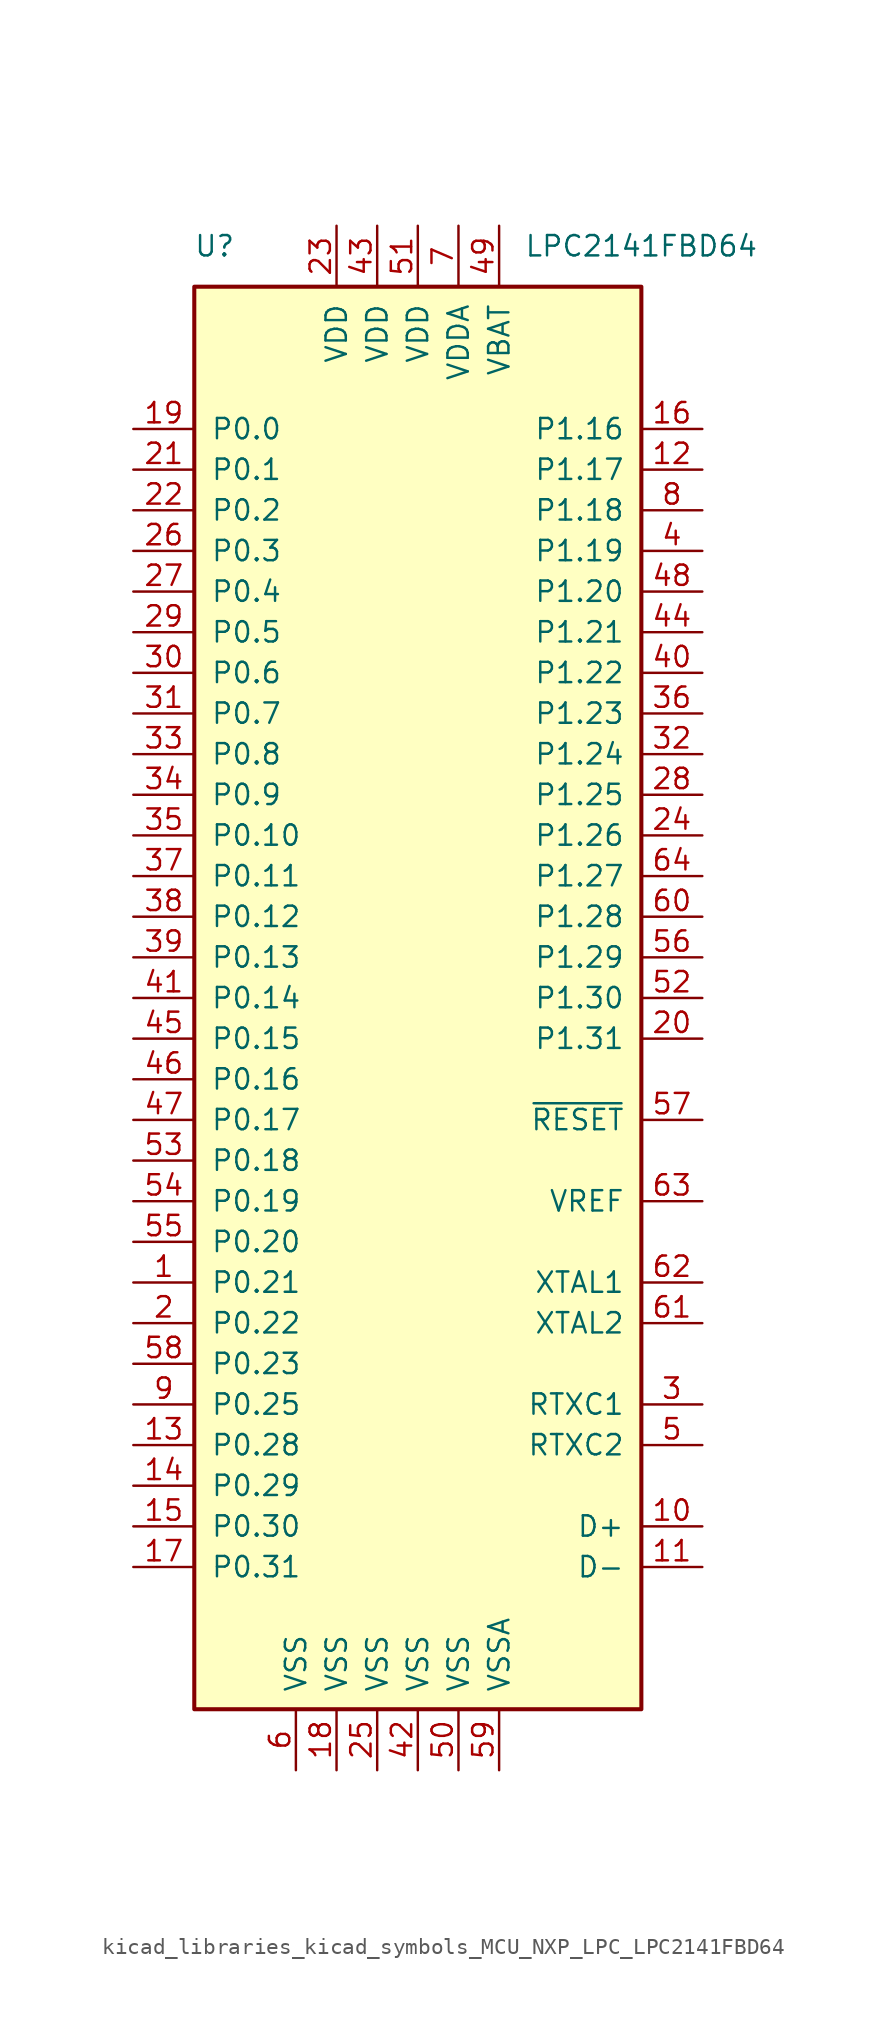
<source format=kicad_sym>
(kicad_symbol_lib
  (version 20220914)
  (generator kicad_symbol_editor)
  (symbol "kicad_libraries_kicad_symbols_MCU_NXP_LPC_LPC2141FBD64"
    (pin_names
      (offset 1.016))
    (property "Reference" "U"
      (at -12.7 46.99 0)
      (effects (font (size 1.27 1.27))))
    (property "Value" "LPC2141FBD64"
      (at 13.97 46.99 0)
      (effects (font (size 1.27 1.27))))
    (symbol "kicad_libraries_kicad_symbols_MCU_NXP_LPC_LPC2141FBD64_0_1"
      (rectangle (start 13.97 44.45) (end -13.97 -44.45) (stroke (width 0.254) (type default)) (fill (type background))))
    (symbol "kicad_libraries_kicad_symbols_MCU_NXP_LPC_LPC2141FBD64_1_1"
      (pin bidirectional line (at -17.78 -17.78 0) (length 3.81) (name "P0.21" (effects (font (size 1.27 1.27)))) (number "1" (effects (font (size 1.27 1.27)))))
      (pin bidirectional line (at 17.78 -33.02 180) (length 3.81) (name "D+" (effects (font (size 1.27 1.27)))) (number "10" (effects (font (size 1.27 1.27)))))
      (pin bidirectional line (at 17.78 -35.56 180) (length 3.81) (name "D-" (effects (font (size 1.27 1.27)))) (number "11" (effects (font (size 1.27 1.27)))))
      (pin bidirectional line (at 17.78 33.02 180) (length 3.81) (name "P1.17" (effects (font (size 1.27 1.27)))) (number "12" (effects (font (size 1.27 1.27)))))
      (pin bidirectional line (at -17.78 -27.94 0) (length 3.81) (name "P0.28" (effects (font (size 1.27 1.27)))) (number "13" (effects (font (size 1.27 1.27)))))
      (pin bidirectional line (at -17.78 -30.48 0) (length 3.81) (name "P0.29" (effects (font (size 1.27 1.27)))) (number "14" (effects (font (size 1.27 1.27)))))
      (pin bidirectional line (at -17.78 -33.02 0) (length 3.81) (name "P0.30" (effects (font (size 1.27 1.27)))) (number "15" (effects (font (size 1.27 1.27)))))
      (pin bidirectional line (at 17.78 35.56 180) (length 3.81) (name "P1.16" (effects (font (size 1.27 1.27)))) (number "16" (effects (font (size 1.27 1.27)))))
      (pin output line (at -17.78 -35.56 0) (length 3.81) (name "P0.31" (effects (font (size 1.27 1.27)))) (number "17" (effects (font (size 1.27 1.27)))))
      (pin power_in line (at -5.08 -48.26 90) (length 3.81) (name "VSS" (effects (font (size 1.27 1.27)))) (number "18" (effects (font (size 1.27 1.27)))))
      (pin bidirectional line (at -17.78 35.56 0) (length 3.81) (name "P0.0" (effects (font (size 1.27 1.27)))) (number "19" (effects (font (size 1.27 1.27)))))
      (pin bidirectional line (at -17.78 -20.32 0) (length 3.81) (name "P0.22" (effects (font (size 1.27 1.27)))) (number "2" (effects (font (size 1.27 1.27)))))
      (pin bidirectional line (at 17.78 -2.54 180) (length 3.81) (name "P1.31" (effects (font (size 1.27 1.27)))) (number "20" (effects (font (size 1.27 1.27)))))
      (pin bidirectional line (at -17.78 33.02 0) (length 3.81) (name "P0.1" (effects (font (size 1.27 1.27)))) (number "21" (effects (font (size 1.27 1.27)))))
      (pin bidirectional line (at -17.78 30.48 0) (length 3.81) (name "P0.2" (effects (font (size 1.27 1.27)))) (number "22" (effects (font (size 1.27 1.27)))))
      (pin power_in line (at -5.08 48.26 270) (length 3.81) (name "VDD" (effects (font (size 1.27 1.27)))) (number "23" (effects (font (size 1.27 1.27)))))
      (pin bidirectional line (at 17.78 10.16 180) (length 3.81) (name "P1.26" (effects (font (size 1.27 1.27)))) (number "24" (effects (font (size 1.27 1.27)))))
      (pin power_in line (at -2.54 -48.26 90) (length 3.81) (name "VSS" (effects (font (size 1.27 1.27)))) (number "25" (effects (font (size 1.27 1.27)))))
      (pin bidirectional line (at -17.78 27.94 0) (length 3.81) (name "P0.3" (effects (font (size 1.27 1.27)))) (number "26" (effects (font (size 1.27 1.27)))))
      (pin bidirectional line (at -17.78 25.4 0) (length 3.81) (name "P0.4" (effects (font (size 1.27 1.27)))) (number "27" (effects (font (size 1.27 1.27)))))
      (pin bidirectional line (at 17.78 12.7 180) (length 3.81) (name "P1.25" (effects (font (size 1.27 1.27)))) (number "28" (effects (font (size 1.27 1.27)))))
      (pin bidirectional line (at -17.78 22.86 0) (length 3.81) (name "P0.5" (effects (font (size 1.27 1.27)))) (number "29" (effects (font (size 1.27 1.27)))))
      (pin input line (at 17.78 -25.4 180) (length 3.81) (name "RTXC1" (effects (font (size 1.27 1.27)))) (number "3" (effects (font (size 1.27 1.27)))))
      (pin bidirectional line (at -17.78 20.32 0) (length 3.81) (name "P0.6" (effects (font (size 1.27 1.27)))) (number "30" (effects (font (size 1.27 1.27)))))
      (pin bidirectional line (at -17.78 17.78 0) (length 3.81) (name "P0.7" (effects (font (size 1.27 1.27)))) (number "31" (effects (font (size 1.27 1.27)))))
      (pin bidirectional line (at 17.78 15.24 180) (length 3.81) (name "P1.24" (effects (font (size 1.27 1.27)))) (number "32" (effects (font (size 1.27 1.27)))))
      (pin bidirectional line (at -17.78 15.24 0) (length 3.81) (name "P0.8" (effects (font (size 1.27 1.27)))) (number "33" (effects (font (size 1.27 1.27)))))
      (pin bidirectional line (at -17.78 12.7 0) (length 3.81) (name "P0.9" (effects (font (size 1.27 1.27)))) (number "34" (effects (font (size 1.27 1.27)))))
      (pin bidirectional line (at -17.78 10.16 0) (length 3.81) (name "P0.10" (effects (font (size 1.27 1.27)))) (number "35" (effects (font (size 1.27 1.27)))))
      (pin bidirectional line (at 17.78 17.78 180) (length 3.81) (name "P1.23" (effects (font (size 1.27 1.27)))) (number "36" (effects (font (size 1.27 1.27)))))
      (pin bidirectional line (at -17.78 7.62 0) (length 3.81) (name "P0.11" (effects (font (size 1.27 1.27)))) (number "37" (effects (font (size 1.27 1.27)))))
      (pin bidirectional line (at -17.78 5.08 0) (length 3.81) (name "P0.12" (effects (font (size 1.27 1.27)))) (number "38" (effects (font (size 1.27 1.27)))))
      (pin bidirectional line (at -17.78 2.54 0) (length 3.81) (name "P0.13" (effects (font (size 1.27 1.27)))) (number "39" (effects (font (size 1.27 1.27)))))
      (pin bidirectional line (at 17.78 27.94 180) (length 3.81) (name "P1.19" (effects (font (size 1.27 1.27)))) (number "4" (effects (font (size 1.27 1.27)))))
      (pin bidirectional line (at 17.78 20.32 180) (length 3.81) (name "P1.22" (effects (font (size 1.27 1.27)))) (number "40" (effects (font (size 1.27 1.27)))))
      (pin bidirectional line (at -17.78 0 0) (length 3.81) (name "P0.14" (effects (font (size 1.27 1.27)))) (number "41" (effects (font (size 1.27 1.27)))))
      (pin power_in line (at 0 -48.26 90) (length 3.81) (name "VSS" (effects (font (size 1.27 1.27)))) (number "42" (effects (font (size 1.27 1.27)))))
      (pin power_in line (at -2.54 48.26 270) (length 3.81) (name "VDD" (effects (font (size 1.27 1.27)))) (number "43" (effects (font (size 1.27 1.27)))))
      (pin bidirectional line (at 17.78 22.86 180) (length 3.81) (name "P1.21" (effects (font (size 1.27 1.27)))) (number "44" (effects (font (size 1.27 1.27)))))
      (pin bidirectional line (at -17.78 -2.54 0) (length 3.81) (name "P0.15" (effects (font (size 1.27 1.27)))) (number "45" (effects (font (size 1.27 1.27)))))
      (pin bidirectional line (at -17.78 -5.08 0) (length 3.81) (name "P0.16" (effects (font (size 1.27 1.27)))) (number "46" (effects (font (size 1.27 1.27)))))
      (pin bidirectional line (at -17.78 -7.62 0) (length 3.81) (name "P0.17" (effects (font (size 1.27 1.27)))) (number "47" (effects (font (size 1.27 1.27)))))
      (pin bidirectional line (at 17.78 25.4 180) (length 3.81) (name "P1.20" (effects (font (size 1.27 1.27)))) (number "48" (effects (font (size 1.27 1.27)))))
      (pin power_in line (at 5.08 48.26 270) (length 3.81) (name "VBAT" (effects (font (size 1.27 1.27)))) (number "49" (effects (font (size 1.27 1.27)))))
      (pin output line (at 17.78 -27.94 180) (length 3.81) (name "RTXC2" (effects (font (size 1.27 1.27)))) (number "5" (effects (font (size 1.27 1.27)))))
      (pin power_in line (at 2.54 -48.26 90) (length 3.81) (name "VSS" (effects (font (size 1.27 1.27)))) (number "50" (effects (font (size 1.27 1.27)))))
      (pin power_in line (at 0 48.26 270) (length 3.81) (name "VDD" (effects (font (size 1.27 1.27)))) (number "51" (effects (font (size 1.27 1.27)))))
      (pin bidirectional line (at 17.78 0 180) (length 3.81) (name "P1.30" (effects (font (size 1.27 1.27)))) (number "52" (effects (font (size 1.27 1.27)))))
      (pin bidirectional line (at -17.78 -10.16 0) (length 3.81) (name "P0.18" (effects (font (size 1.27 1.27)))) (number "53" (effects (font (size 1.27 1.27)))))
      (pin bidirectional line (at -17.78 -12.7 0) (length 3.81) (name "P0.19" (effects (font (size 1.27 1.27)))) (number "54" (effects (font (size 1.27 1.27)))))
      (pin bidirectional line (at -17.78 -15.24 0) (length 3.81) (name "P0.20" (effects (font (size 1.27 1.27)))) (number "55" (effects (font (size 1.27 1.27)))))
      (pin bidirectional line (at 17.78 2.54 180) (length 3.81) (name "P1.29" (effects (font (size 1.27 1.27)))) (number "56" (effects (font (size 1.27 1.27)))))
      (pin input line (at 17.78 -7.62 180) (length 3.81) (name "~{RESET}" (effects (font (size 1.27 1.27)))) (number "57" (effects (font (size 1.27 1.27)))))
      (pin bidirectional line (at -17.78 -22.86 0) (length 3.81) (name "P0.23" (effects (font (size 1.27 1.27)))) (number "58" (effects (font (size 1.27 1.27)))))
      (pin power_in line (at 5.08 -48.26 90) (length 3.81) (name "VSSA" (effects (font (size 1.27 1.27)))) (number "59" (effects (font (size 1.27 1.27)))))
      (pin power_in line (at -7.62 -48.26 90) (length 3.81) (name "VSS" (effects (font (size 1.27 1.27)))) (number "6" (effects (font (size 1.27 1.27)))))
      (pin bidirectional line (at 17.78 5.08 180) (length 3.81) (name "P1.28" (effects (font (size 1.27 1.27)))) (number "60" (effects (font (size 1.27 1.27)))))
      (pin output line (at 17.78 -20.32 180) (length 3.81) (name "XTAL2" (effects (font (size 1.27 1.27)))) (number "61" (effects (font (size 1.27 1.27)))))
      (pin input line (at 17.78 -17.78 180) (length 3.81) (name "XTAL1" (effects (font (size 1.27 1.27)))) (number "62" (effects (font (size 1.27 1.27)))))
      (pin input line (at 17.78 -12.7 180) (length 3.81) (name "VREF" (effects (font (size 1.27 1.27)))) (number "63" (effects (font (size 1.27 1.27)))))
      (pin bidirectional line (at 17.78 7.62 180) (length 3.81) (name "P1.27" (effects (font (size 1.27 1.27)))) (number "64" (effects (font (size 1.27 1.27)))))
      (pin power_in line (at 2.54 48.26 270) (length 3.81) (name "VDDA" (effects (font (size 1.27 1.27)))) (number "7" (effects (font (size 1.27 1.27)))))
      (pin bidirectional line (at 17.78 30.48 180) (length 3.81) (name "P1.18" (effects (font (size 1.27 1.27)))) (number "8" (effects (font (size 1.27 1.27)))))
      (pin bidirectional line (at -17.78 -25.4 0) (length 3.81) (name "P0.25" (effects (font (size 1.27 1.27)))) (number "9" (effects (font (size 1.27 1.27))))))))
</source>
